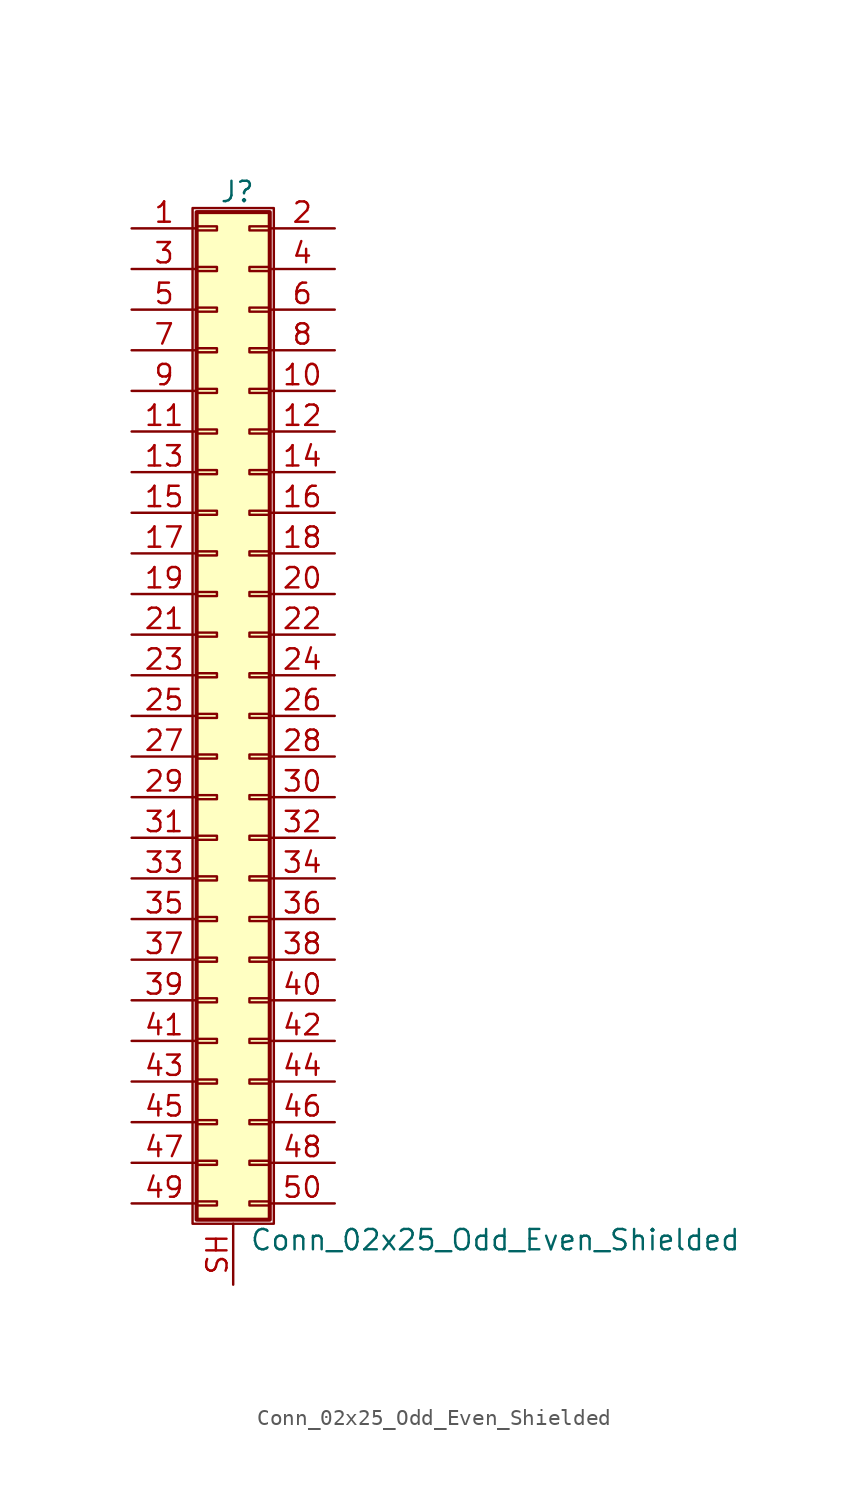
<source format=kicad_sym>
(kicad_symbol_lib
  (version 20201005)
  (generator kicad_symbol_editor)
  (symbol "Connector_Generic_Shielded:Conn_02x25_Odd_Even_Shielded"
    (pin_names
      (offset 1.016) hide)
    (property "Reference" "J"
      (at 1.524 32.766 0)
      (effects (font (size 1.27 1.27))))
    (property "Value" "Conn_02x25_Odd_Even_Shielded"
      (at 2.286 -32.766 0)
      (effects (font (size 1.27 1.27)) (justify left)))
    (symbol "Conn_02x25_Odd_Even_Shielded_1_1"
      (rectangle (start -1.016 -27.813) (end 0.254 -28.067) (stroke (width 0.152)) (fill (type none)))
      (rectangle (start -1.016 -30.353) (end 0.254 -30.607) (stroke (width 0.152)) (fill (type none)))
      (rectangle (start -1.016 -4.953) (end 0.254 -5.207) (stroke (width 0.152)) (fill (type none)))
      (rectangle (start -1.016 -7.493) (end 0.254 -7.747) (stroke (width 0.152)) (fill (type none)))
      (rectangle (start -1.016 -10.033) (end 0.254 -10.287) (stroke (width 0.152)) (fill (type none)))
      (rectangle (start -1.016 -12.573) (end 0.254 -12.827) (stroke (width 0.152)) (fill (type none)))
      (rectangle (start -1.016 -15.113) (end 0.254 -15.367) (stroke (width 0.152)) (fill (type none)))
      (rectangle (start -1.016 -17.653) (end 0.254 -17.907) (stroke (width 0.152)) (fill (type none)))
      (rectangle (start -1.016 -20.193) (end 0.254 -20.447) (stroke (width 0.152)) (fill (type none)))
      (rectangle (start -1.016 -22.733) (end 0.254 -22.987) (stroke (width 0.152)) (fill (type none)))
      (rectangle (start -1.016 -2.413) (end 0.254 -2.667) (stroke (width 0.152)) (fill (type none)))
      (rectangle (start -1.016 -25.273) (end 0.254 -25.527) (stroke (width 0.152)) (fill (type none)))
      (rectangle (start -1.016 25.527) (end 0.254 25.273) (stroke (width 0.152)) (fill (type none)))
      (rectangle (start -1.016 2.667) (end 0.254 2.413) (stroke (width 0.152)) (fill (type none)))
      (rectangle (start -1.016 28.067) (end 0.254 27.813) (stroke (width 0.152)) (fill (type none)))
      (rectangle (start -1.016 30.607) (end 0.254 30.353) (stroke (width 0.152)) (fill (type none)))
      (rectangle (start -1.016 31.496) (end 3.556 -31.496) (stroke (width 0.254)) (fill (type background)))
      (rectangle (start -1.016 5.207) (end 0.254 4.953) (stroke (width 0.152)) (fill (type none)))
      (rectangle (start -1.016 7.747) (end 0.254 7.493) (stroke (width 0.152)) (fill (type none)))
      (rectangle (start -1.016 10.287) (end 0.254 10.033) (stroke (width 0.152)) (fill (type none)))
      (rectangle (start -1.016 0.127) (end 0.254 -0.127) (stroke (width 0.152)) (fill (type none)))
      (rectangle (start -1.016 12.827) (end 0.254 12.573) (stroke (width 0.152)) (fill (type none)))
      (rectangle (start -1.016 15.367) (end 0.254 15.113) (stroke (width 0.152)) (fill (type none)))
      (rectangle (start -1.016 17.907) (end 0.254 17.653) (stroke (width 0.152)) (fill (type none)))
      (rectangle (start -1.016 20.447) (end 0.254 20.193) (stroke (width 0.152)) (fill (type none)))
      (rectangle (start -1.016 22.987) (end 0.254 22.733) (stroke (width 0.152)) (fill (type none)))
      (rectangle (start -1.27 31.75) (end 3.81 -31.75) (stroke (width 0.152)) (fill (type none)))
      (rectangle (start 3.556 -27.813) (end 2.286 -28.067) (stroke (width 0.152)) (fill (type none)))
      (rectangle (start 3.556 -30.353) (end 2.286 -30.607) (stroke (width 0.152)) (fill (type none)))
      (rectangle (start 3.556 -4.953) (end 2.286 -5.207) (stroke (width 0.152)) (fill (type none)))
      (rectangle (start 3.556 -7.493) (end 2.286 -7.747) (stroke (width 0.152)) (fill (type none)))
      (rectangle (start 3.556 -10.033) (end 2.286 -10.287) (stroke (width 0.152)) (fill (type none)))
      (rectangle (start 3.556 -12.573) (end 2.286 -12.827) (stroke (width 0.152)) (fill (type none)))
      (rectangle (start 3.556 -15.113) (end 2.286 -15.367) (stroke (width 0.152)) (fill (type none)))
      (rectangle (start 3.556 -17.653) (end 2.286 -17.907) (stroke (width 0.152)) (fill (type none)))
      (rectangle (start 3.556 -20.193) (end 2.286 -20.447) (stroke (width 0.152)) (fill (type none)))
      (rectangle (start 3.556 -22.733) (end 2.286 -22.987) (stroke (width 0.152)) (fill (type none)))
      (rectangle (start 3.556 -2.413) (end 2.286 -2.667) (stroke (width 0.152)) (fill (type none)))
      (rectangle (start 3.556 -25.273) (end 2.286 -25.527) (stroke (width 0.152)) (fill (type none)))
      (rectangle (start 3.556 25.527) (end 2.286 25.273) (stroke (width 0.152)) (fill (type none)))
      (rectangle (start 3.556 2.667) (end 2.286 2.413) (stroke (width 0.152)) (fill (type none)))
      (rectangle (start 3.556 28.067) (end 2.286 27.813) (stroke (width 0.152)) (fill (type none)))
      (rectangle (start 3.556 30.607) (end 2.286 30.353) (stroke (width 0.152)) (fill (type none)))
      (rectangle (start 3.556 5.207) (end 2.286 4.953) (stroke (width 0.152)) (fill (type none)))
      (rectangle (start 3.556 7.747) (end 2.286 7.493) (stroke (width 0.152)) (fill (type none)))
      (rectangle (start 3.556 10.287) (end 2.286 10.033) (stroke (width 0.152)) (fill (type none)))
      (rectangle (start 3.556 0.127) (end 2.286 -0.127) (stroke (width 0.152)) (fill (type none)))
      (rectangle (start 3.556 12.827) (end 2.286 12.573) (stroke (width 0.152)) (fill (type none)))
      (rectangle (start 3.556 15.367) (end 2.286 15.113) (stroke (width 0.152)) (fill (type none)))
      (rectangle (start 3.556 17.907) (end 2.286 17.653) (stroke (width 0.152)) (fill (type none)))
      (rectangle (start 3.556 20.447) (end 2.286 20.193) (stroke (width 0.152)) (fill (type none)))
      (rectangle (start 3.556 22.987) (end 2.286 22.733) (stroke (width 0.152)) (fill (type none)))
      (pin passive line (at -5.08 30.48 0) (length 4.064) (name "Pin_1" (effects (font (size 1.27 1.27)))) (number "1" (effects (font (size 1.27 1.27)))))
      (pin passive line (at 7.62 20.32 180) (length 4.064) (name "Pin_10" (effects (font (size 1.27 1.27)))) (number "10" (effects (font (size 1.27 1.27)))))
      (pin passive line (at -5.08 17.78 0) (length 4.064) (name "Pin_11" (effects (font (size 1.27 1.27)))) (number "11" (effects (font (size 1.27 1.27)))))
      (pin passive line (at 7.62 17.78 180) (length 4.064) (name "Pin_12" (effects (font (size 1.27 1.27)))) (number "12" (effects (font (size 1.27 1.27)))))
      (pin passive line (at -5.08 15.24 0) (length 4.064) (name "Pin_13" (effects (font (size 1.27 1.27)))) (number "13" (effects (font (size 1.27 1.27)))))
      (pin passive line (at 7.62 15.24 180) (length 4.064) (name "Pin_14" (effects (font (size 1.27 1.27)))) (number "14" (effects (font (size 1.27 1.27)))))
      (pin passive line (at -5.08 12.7 0) (length 4.064) (name "Pin_15" (effects (font (size 1.27 1.27)))) (number "15" (effects (font (size 1.27 1.27)))))
      (pin passive line (at 7.62 12.7 180) (length 4.064) (name "Pin_16" (effects (font (size 1.27 1.27)))) (number "16" (effects (font (size 1.27 1.27)))))
      (pin passive line (at -5.08 10.16 0) (length 4.064) (name "Pin_17" (effects (font (size 1.27 1.27)))) (number "17" (effects (font (size 1.27 1.27)))))
      (pin passive line (at 7.62 10.16 180) (length 4.064) (name "Pin_18" (effects (font (size 1.27 1.27)))) (number "18" (effects (font (size 1.27 1.27)))))
      (pin passive line (at -5.08 7.62 0) (length 4.064) (name "Pin_19" (effects (font (size 1.27 1.27)))) (number "19" (effects (font (size 1.27 1.27)))))
      (pin passive line (at 7.62 30.48 180) (length 4.064) (name "Pin_2" (effects (font (size 1.27 1.27)))) (number "2" (effects (font (size 1.27 1.27)))))
      (pin passive line (at 7.62 7.62 180) (length 4.064) (name "Pin_20" (effects (font (size 1.27 1.27)))) (number "20" (effects (font (size 1.27 1.27)))))
      (pin passive line (at -5.08 5.08 0) (length 4.064) (name "Pin_21" (effects (font (size 1.27 1.27)))) (number "21" (effects (font (size 1.27 1.27)))))
      (pin passive line (at 7.62 5.08 180) (length 4.064) (name "Pin_22" (effects (font (size 1.27 1.27)))) (number "22" (effects (font (size 1.27 1.27)))))
      (pin passive line (at -5.08 2.54 0) (length 4.064) (name "Pin_23" (effects (font (size 1.27 1.27)))) (number "23" (effects (font (size 1.27 1.27)))))
      (pin passive line (at 7.62 2.54 180) (length 4.064) (name "Pin_24" (effects (font (size 1.27 1.27)))) (number "24" (effects (font (size 1.27 1.27)))))
      (pin passive line (at -5.08 0 0) (length 4.064) (name "Pin_25" (effects (font (size 1.27 1.27)))) (number "25" (effects (font (size 1.27 1.27)))))
      (pin passive line (at 7.62 0 180) (length 4.064) (name "Pin_26" (effects (font (size 1.27 1.27)))) (number "26" (effects (font (size 1.27 1.27)))))
      (pin passive line (at -5.08 -2.54 0) (length 4.064) (name "Pin_27" (effects (font (size 1.27 1.27)))) (number "27" (effects (font (size 1.27 1.27)))))
      (pin passive line (at 7.62 -2.54 180) (length 4.064) (name "Pin_28" (effects (font (size 1.27 1.27)))) (number "28" (effects (font (size 1.27 1.27)))))
      (pin passive line (at -5.08 -5.08 0) (length 4.064) (name "Pin_29" (effects (font (size 1.27 1.27)))) (number "29" (effects (font (size 1.27 1.27)))))
      (pin passive line (at -5.08 27.94 0) (length 4.064) (name "Pin_3" (effects (font (size 1.27 1.27)))) (number "3" (effects (font (size 1.27 1.27)))))
      (pin passive line (at 7.62 -5.08 180) (length 4.064) (name "Pin_30" (effects (font (size 1.27 1.27)))) (number "30" (effects (font (size 1.27 1.27)))))
      (pin passive line (at -5.08 -7.62 0) (length 4.064) (name "Pin_31" (effects (font (size 1.27 1.27)))) (number "31" (effects (font (size 1.27 1.27)))))
      (pin passive line (at 7.62 -7.62 180) (length 4.064) (name "Pin_32" (effects (font (size 1.27 1.27)))) (number "32" (effects (font (size 1.27 1.27)))))
      (pin passive line (at -5.08 -10.16 0) (length 4.064) (name "Pin_33" (effects (font (size 1.27 1.27)))) (number "33" (effects (font (size 1.27 1.27)))))
      (pin passive line (at 7.62 -10.16 180) (length 4.064) (name "Pin_34" (effects (font (size 1.27 1.27)))) (number "34" (effects (font (size 1.27 1.27)))))
      (pin passive line (at -5.08 -12.7 0) (length 4.064) (name "Pin_35" (effects (font (size 1.27 1.27)))) (number "35" (effects (font (size 1.27 1.27)))))
      (pin passive line (at 7.62 -12.7 180) (length 4.064) (name "Pin_36" (effects (font (size 1.27 1.27)))) (number "36" (effects (font (size 1.27 1.27)))))
      (pin passive line (at -5.08 -15.24 0) (length 4.064) (name "Pin_37" (effects (font (size 1.27 1.27)))) (number "37" (effects (font (size 1.27 1.27)))))
      (pin passive line (at 7.62 -15.24 180) (length 4.064) (name "Pin_38" (effects (font (size 1.27 1.27)))) (number "38" (effects (font (size 1.27 1.27)))))
      (pin passive line (at -5.08 -17.78 0) (length 4.064) (name "Pin_39" (effects (font (size 1.27 1.27)))) (number "39" (effects (font (size 1.27 1.27)))))
      (pin passive line (at 7.62 27.94 180) (length 4.064) (name "Pin_4" (effects (font (size 1.27 1.27)))) (number "4" (effects (font (size 1.27 1.27)))))
      (pin passive line (at 7.62 -17.78 180) (length 4.064) (name "Pin_40" (effects (font (size 1.27 1.27)))) (number "40" (effects (font (size 1.27 1.27)))))
      (pin passive line (at -5.08 -20.32 0) (length 4.064) (name "Pin_41" (effects (font (size 1.27 1.27)))) (number "41" (effects (font (size 1.27 1.27)))))
      (pin passive line (at 7.62 -20.32 180) (length 4.064) (name "Pin_42" (effects (font (size 1.27 1.27)))) (number "42" (effects (font (size 1.27 1.27)))))
      (pin passive line (at -5.08 -22.86 0) (length 4.064) (name "Pin_43" (effects (font (size 1.27 1.27)))) (number "43" (effects (font (size 1.27 1.27)))))
      (pin passive line (at 7.62 -22.86 180) (length 4.064) (name "Pin_44" (effects (font (size 1.27 1.27)))) (number "44" (effects (font (size 1.27 1.27)))))
      (pin passive line (at -5.08 -25.4 0) (length 4.064) (name "Pin_45" (effects (font (size 1.27 1.27)))) (number "45" (effects (font (size 1.27 1.27)))))
      (pin passive line (at 7.62 -25.4 180) (length 4.064) (name "Pin_46" (effects (font (size 1.27 1.27)))) (number "46" (effects (font (size 1.27 1.27)))))
      (pin passive line (at -5.08 -27.94 0) (length 4.064) (name "Pin_47" (effects (font (size 1.27 1.27)))) (number "47" (effects (font (size 1.27 1.27)))))
      (pin passive line (at 7.62 -27.94 180) (length 4.064) (name "Pin_48" (effects (font (size 1.27 1.27)))) (number "48" (effects (font (size 1.27 1.27)))))
      (pin passive line (at -5.08 -30.48 0) (length 4.064) (name "Pin_49" (effects (font (size 1.27 1.27)))) (number "49" (effects (font (size 1.27 1.27)))))
      (pin passive line (at -5.08 25.4 0) (length 4.064) (name "Pin_5" (effects (font (size 1.27 1.27)))) (number "5" (effects (font (size 1.27 1.27)))))
      (pin passive line (at 7.62 -30.48 180) (length 4.064) (name "Pin_50" (effects (font (size 1.27 1.27)))) (number "50" (effects (font (size 1.27 1.27)))))
      (pin passive line (at 7.62 25.4 180) (length 4.064) (name "Pin_6" (effects (font (size 1.27 1.27)))) (number "6" (effects (font (size 1.27 1.27)))))
      (pin passive line (at -5.08 22.86 0) (length 4.064) (name "Pin_7" (effects (font (size 1.27 1.27)))) (number "7" (effects (font (size 1.27 1.27)))))
      (pin passive line (at 7.62 22.86 180) (length 4.064) (name "Pin_8" (effects (font (size 1.27 1.27)))) (number "8" (effects (font (size 1.27 1.27)))))
      (pin passive line (at -5.08 20.32 0) (length 4.064) (name "Pin_9" (effects (font (size 1.27 1.27)))) (number "9" (effects (font (size 1.27 1.27)))))
      (pin passive line (at 1.27 -35.56 90) (length 3.81) (name "Shield" (effects (font (size 1.27 1.27)))) (number "SH" (effects (font (size 1.27 1.27))))))))
</source>
